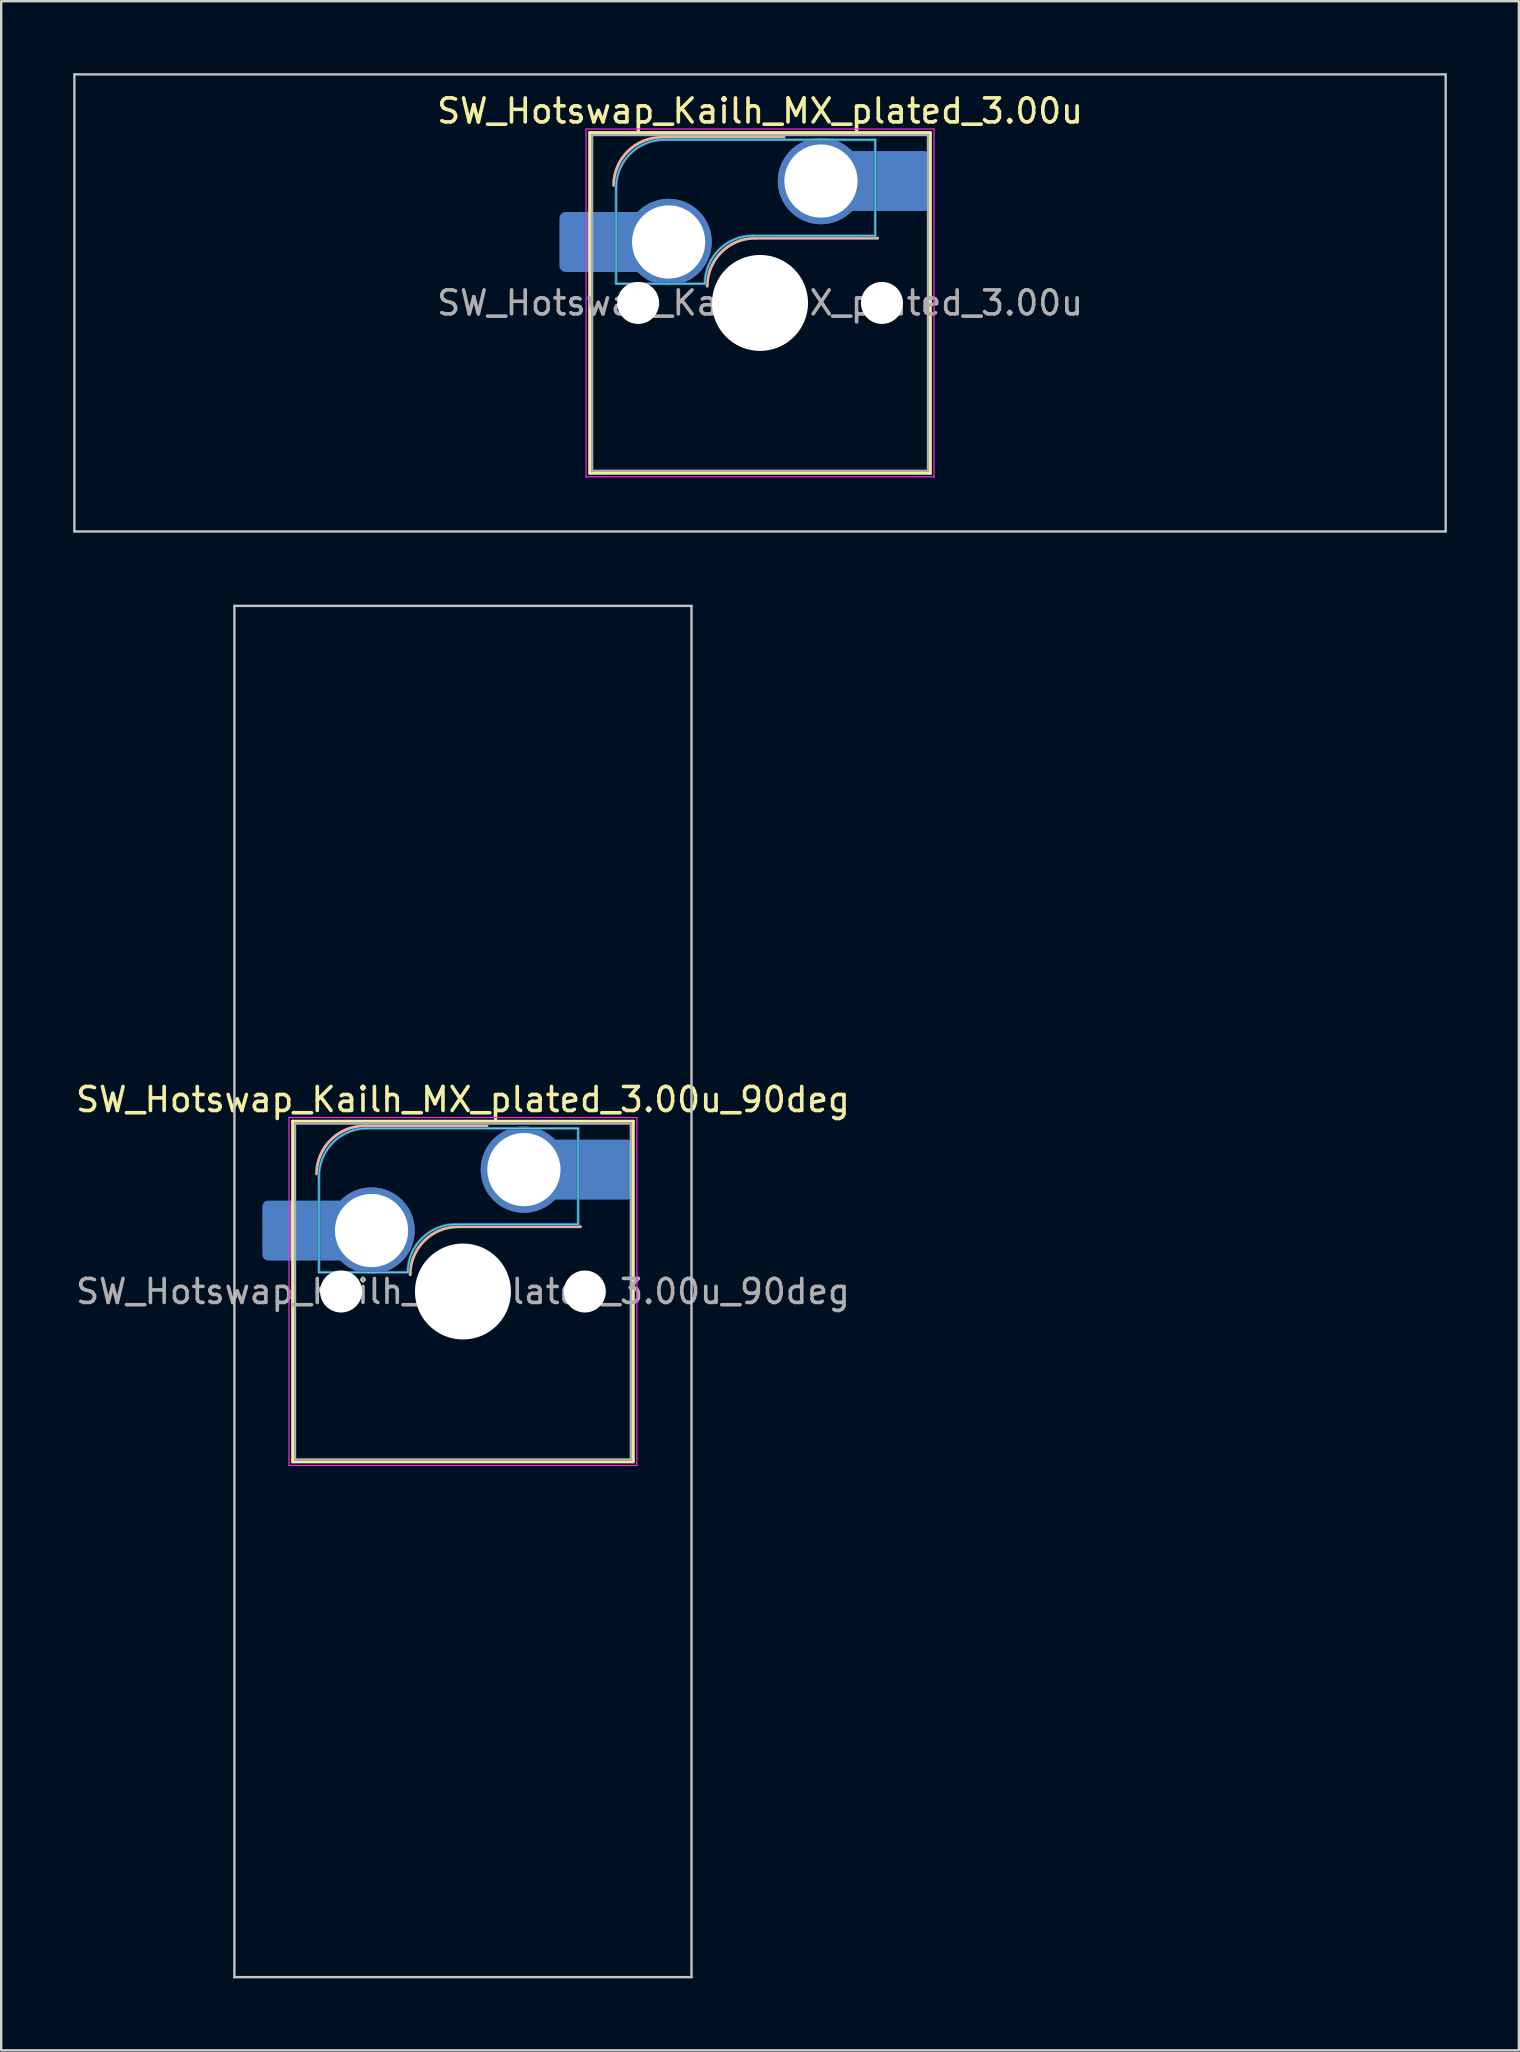
<source format=kicad_pcb>
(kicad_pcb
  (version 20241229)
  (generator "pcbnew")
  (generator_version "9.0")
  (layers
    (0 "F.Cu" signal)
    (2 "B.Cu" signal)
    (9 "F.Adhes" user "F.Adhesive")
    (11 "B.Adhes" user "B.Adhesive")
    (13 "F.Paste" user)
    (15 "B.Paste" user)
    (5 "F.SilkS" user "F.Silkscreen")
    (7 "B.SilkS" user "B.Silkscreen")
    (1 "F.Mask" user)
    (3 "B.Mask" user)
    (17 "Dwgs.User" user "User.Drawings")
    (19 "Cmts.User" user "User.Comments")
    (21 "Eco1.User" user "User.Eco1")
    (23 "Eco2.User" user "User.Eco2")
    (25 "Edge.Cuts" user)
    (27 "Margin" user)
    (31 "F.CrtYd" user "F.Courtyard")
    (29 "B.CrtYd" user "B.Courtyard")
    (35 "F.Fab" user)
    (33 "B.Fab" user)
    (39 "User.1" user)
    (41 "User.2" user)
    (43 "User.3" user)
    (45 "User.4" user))
  (footprint "SW_Hotswap_Kailh_MX_plated_3.00u"
    (layer "F.Cu")
    (at 28.625 9.575)
    (property "Reference" "SW_Hotswap_Kailh_MX_plated_3.00u" (at 0 -8 0) (layer "F.SilkS") (effects (font (size 1 1) (thickness 0.15))))
    (attr smd)
    (fp_line (start -7.1 -7.1) (end -7.1 7.1) (stroke (width 0.12) (type solid)) (layer "F.SilkS"))
    (fp_line (start -7.1 7.1) (end 7.1 7.1) (stroke (width 0.12) (type solid)) (layer "F.SilkS"))
    (fp_line (start 7.1 -7.1) (end -7.1 -7.1) (stroke (width 0.12) (type solid)) (layer "F.SilkS"))
    (fp_line (start 7.1 7.1) (end 7.1 -7.1) (stroke (width 0.12) (type solid)) (layer "F.SilkS"))
    (fp_line (start -4.1 -6.9) (end 1 -6.9) (stroke (width 0.12) (type solid)) (layer "B.SilkS"))
    (fp_line (start -0.2 -2.7) (end 4.9 -2.7) (stroke (width 0.12) (type solid)) (layer "B.SilkS"))
    (fp_arc (start -6.1 -4.9) (mid -5.514214 -6.314214) (end -4.1 -6.9) (stroke (width 0.12) (type solid)) (layer "B.SilkS"))
    (fp_arc (start -2.2 -0.7) (mid -1.614214 -2.114214) (end -0.2 -2.7) (stroke (width 0.12) (type solid)) (layer "B.SilkS"))
    (fp_line (start -28.575 -9.525) (end -28.575 9.525) (stroke (width 0.1) (type solid)) (layer "Dwgs.User"))
    (fp_line (start -28.575 9.525) (end 28.575 9.525) (stroke (width 0.1) (type solid)) (layer "Dwgs.User"))
    (fp_line (start 28.575 -9.525) (end -28.575 -9.525) (stroke (width 0.1) (type solid)) (layer "Dwgs.User"))
    (fp_line (start 28.575 9.525) (end 28.575 -9.525) (stroke (width 0.1) (type solid)) (layer "Dwgs.User"))
    (fp_line (start -7.8 -6) (end -7 -6) (stroke (width 0.1) (type solid)) (layer "Eco1.User"))
    (fp_line (start -7.8 -2.9) (end -7.8 -6) (stroke (width 0.1) (type solid)) (layer "Eco1.User"))
    (fp_line (start -7.8 2.9) (end -7 2.9) (stroke (width 0.1) (type solid)) (layer "Eco1.User"))
    (fp_line (start -7.8 6) (end -7.8 2.9) (stroke (width 0.1) (type solid)) (layer "Eco1.User"))
    (fp_line (start -7 -7) (end 7 -7) (stroke (width 0.1) (type solid)) (layer "Eco1.User"))
    (fp_line (start -7 -6) (end -7 -7) (stroke (width 0.1) (type solid)) (layer "Eco1.User"))
    (fp_line (start -7 -2.9) (end -7.8 -2.9) (stroke (width 0.1) (type solid)) (layer "Eco1.User"))
    (fp_line (start -7 2.9) (end -7 -2.9) (stroke (width 0.1) (type solid)) (layer "Eco1.User"))
    (fp_line (start -7 6) (end -7.8 6) (stroke (width 0.1) (type solid)) (layer "Eco1.User"))
    (fp_line (start -7 7) (end -7 6) (stroke (width 0.1) (type solid)) (layer "Eco1.User"))
    (fp_line (start 7 -7) (end 7 -6) (stroke (width 0.1) (type solid)) (layer "Eco1.User"))
    (fp_line (start 7 -6) (end 7.8 -6) (stroke (width 0.1) (type solid)) (layer "Eco1.User"))
    (fp_line (start 7 -2.9) (end 7 2.9) (stroke (width 0.1) (type solid)) (layer "Eco1.User"))
    (fp_line (start 7 2.9) (end 7.8 2.9) (stroke (width 0.1) (type solid)) (layer "Eco1.User"))
    (fp_line (start 7 6) (end 7 7) (stroke (width 0.1) (type solid)) (layer "Eco1.User"))
    (fp_line (start 7 7) (end -7 7) (stroke (width 0.1) (type solid)) (layer "Eco1.User"))
    (fp_line (start 7.8 -6) (end 7.8 -2.9) (stroke (width 0.1) (type solid)) (layer "Eco1.User"))
    (fp_line (start 7.8 -2.9) (end 7 -2.9) (stroke (width 0.1) (type solid)) (layer "Eco1.User"))
    (fp_line (start 7.8 2.9) (end 7.8 6) (stroke (width 0.1) (type solid)) (layer "Eco1.User"))
    (fp_line (start 7.8 6) (end 7 6) (stroke (width 0.1) (type solid)) (layer "Eco1.User"))
    (fp_line (start -6 -0.8) (end -6 -4.8) (stroke (width 0.05) (type solid)) (layer "B.CrtYd"))
    (fp_line (start -6 -0.8) (end -2.3 -0.8) (stroke (width 0.05) (type solid)) (layer "B.CrtYd"))
    (fp_line (start -4 -6.8) (end 4.8 -6.8) (stroke (width 0.05) (type solid)) (layer "B.CrtYd"))
    (fp_line (start -0.3 -2.8) (end 4.8 -2.8) (stroke (width 0.05) (type solid)) (layer "B.CrtYd"))
    (fp_line (start 4.8 -6.8) (end 4.8 -2.8) (stroke (width 0.05) (type solid)) (layer "B.CrtYd"))
    (fp_arc (start -6 -4.8) (mid -5.414214 -6.214214) (end -4 -6.8) (stroke (width 0.05) (type solid)) (layer "B.CrtYd"))
    (fp_arc (start -2.3 -0.8) (mid -1.714214 -2.214214) (end -0.3 -2.8) (stroke (width 0.05) (type solid)) (layer "B.CrtYd"))
    (fp_line (start -7.25 -7.25) (end -7.25 7.25) (stroke (width 0.05) (type solid)) (layer "F.CrtYd"))
    (fp_line (start -7.25 7.25) (end 7.25 7.25) (stroke (width 0.05) (type solid)) (layer "F.CrtYd"))
    (fp_line (start 7.25 -7.25) (end -7.25 -7.25) (stroke (width 0.05) (type solid)) (layer "F.CrtYd"))
    (fp_line (start 7.25 7.25) (end 7.25 -7.25) (stroke (width 0.05) (type solid)) (layer "F.CrtYd"))
    (fp_line (start -6 -0.8) (end -6 -4.8) (stroke (width 0.12) (type solid)) (layer "B.Fab"))
    (fp_line (start -6 -0.8) (end -2.3 -0.8) (stroke (width 0.12) (type solid)) (layer "B.Fab"))
    (fp_line (start -4 -6.8) (end 4.8 -6.8) (stroke (width 0.12) (type solid)) (layer "B.Fab"))
    (fp_line (start -0.3 -2.8) (end 4.8 -2.8) (stroke (width 0.12) (type solid)) (layer "B.Fab"))
    (fp_line (start 4.8 -6.8) (end 4.8 -2.8) (stroke (width 0.12) (type solid)) (layer "B.Fab"))
    (fp_arc (start -6 -4.8) (mid -5.414214 -6.214214) (end -4 -6.8) (stroke (width 0.12) (type solid)) (layer "B.Fab"))
    (fp_arc (start -2.3 -0.8) (mid -1.714214 -2.214214) (end -0.3 -2.8) (stroke (width 0.12) (type solid)) (layer "B.Fab"))
    (fp_line (start -7 -7) (end -7 7) (stroke (width 0.1) (type solid)) (layer "F.Fab"))
    (fp_line (start -7 7) (end 7 7) (stroke (width 0.1) (type solid)) (layer "F.Fab"))
    (fp_line (start 7 -7) (end -7 -7) (stroke (width 0.1) (type solid)) (layer "F.Fab"))
    (fp_line (start 7 7) (end 7 -7) (stroke (width 0.1) (type solid)) (layer "F.Fab"))
    (fp_text user "${REFERENCE}" (at 0 0 0) (layer "F.Fab") (effects (font (size 1 1) (thickness 0.15))))
    (pad "" smd roundrect (at -7.085 -2.54) (size 2.55 2.5) (layers "B.Mask" "B.Paste") (roundrect_rratio 0.1))
    (pad "" np_thru_hole circle (at -5.08 0) (size 1.75 1.75) (drill 1.75) (layers "*.Cu" "*.Mask"))
    (pad "" np_thru_hole circle (at 0 0) (size 4 4) (drill 4) (layers "*.Cu" "*.Mask"))
    (pad "" np_thru_hole circle (at 5.08 0) (size 1.75 1.75) (drill 1.75) (layers "*.Cu" "*.Mask"))
    (pad "" smd roundrect (at 5.842 -5.08) (size 2.55 2.5) (layers "B.Mask" "B.Paste") (roundrect_rratio 0.1))
    (pad "1" smd roundrect (at -6.585 -2.54) (size 3.55 2.5) (layers "B.Cu") (roundrect_rratio 0.1))
    (pad "1" thru_hole circle (at -3.81 -2.54) (size 3.6 3.6) (drill 3.05) (layers "*.Cu" "B.Mask"))
    (pad "2" thru_hole circle (at 2.54 -5.08) (size 3.6 3.6) (drill 3.05) (layers "*.Cu" "B.Mask"))
    (pad "2" smd roundrect (at 5.32 -5.08) (size 3.55 2.5) (layers "B.Cu") (roundrect_rratio 0.1)))
  (footprint "SW_Hotswap_Kailh_MX_plated_3.00u_90deg"
    (layer "F.Cu")
    (at 16.244 50.775)
    (property "Reference" "SW_Hotswap_Kailh_MX_plated_3.00u_90deg" (at 0 -8 0) (layer "F.SilkS") (effects (font (size 1 1) (thickness 0.15))))
    (attr smd)
    (fp_line (start -7.1 -7.1) (end -7.1 7.1) (stroke (width 0.12) (type solid)) (layer "F.SilkS"))
    (fp_line (start -7.1 7.1) (end 7.1 7.1) (stroke (width 0.12) (type solid)) (layer "F.SilkS"))
    (fp_line (start 7.1 -7.1) (end -7.1 -7.1) (stroke (width 0.12) (type solid)) (layer "F.SilkS"))
    (fp_line (start 7.1 7.1) (end 7.1 -7.1) (stroke (width 0.12) (type solid)) (layer "F.SilkS"))
    (fp_line (start -4.1 -6.9) (end 1 -6.9) (stroke (width 0.12) (type solid)) (layer "B.SilkS"))
    (fp_line (start -0.2 -2.7) (end 4.9 -2.7) (stroke (width 0.12) (type solid)) (layer "B.SilkS"))
    (fp_arc (start -6.1 -4.9) (mid -5.514214 -6.314214) (end -4.1 -6.9) (stroke (width 0.12) (type solid)) (layer "B.SilkS"))
    (fp_arc (start -2.2 -0.7) (mid -1.614214 -2.114214) (end -0.2 -2.7) (stroke (width 0.12) (type solid)) (layer "B.SilkS"))
    (fp_line (start -9.525 -28.575) (end 9.525 -28.575) (stroke (width 0.1) (type solid)) (layer "Dwgs.User"))
    (fp_line (start -9.525 28.575) (end -9.525 -28.575) (stroke (width 0.1) (type solid)) (layer "Dwgs.User"))
    (fp_line (start 9.525 -28.575) (end 9.525 28.575) (stroke (width 0.1) (type solid)) (layer "Dwgs.User"))
    (fp_line (start 9.525 28.575) (end -9.525 28.575) (stroke (width 0.1) (type solid)) (layer "Dwgs.User"))
    (fp_line (start -7.8 -6) (end -7 -6) (stroke (width 0.1) (type solid)) (layer "Eco1.User"))
    (fp_line (start -7.8 -2.9) (end -7.8 -6) (stroke (width 0.1) (type solid)) (layer "Eco1.User"))
    (fp_line (start -7.8 2.9) (end -7 2.9) (stroke (width 0.1) (type solid)) (layer "Eco1.User"))
    (fp_line (start -7.8 6) (end -7.8 2.9) (stroke (width 0.1) (type solid)) (layer "Eco1.User"))
    (fp_line (start -7 -7) (end 7 -7) (stroke (width 0.1) (type solid)) (layer "Eco1.User"))
    (fp_line (start -7 -6) (end -7 -7) (stroke (width 0.1) (type solid)) (layer "Eco1.User"))
    (fp_line (start -7 -2.9) (end -7.8 -2.9) (stroke (width 0.1) (type solid)) (layer "Eco1.User"))
    (fp_line (start -7 2.9) (end -7 -2.9) (stroke (width 0.1) (type solid)) (layer "Eco1.User"))
    (fp_line (start -7 6) (end -7.8 6) (stroke (width 0.1) (type solid)) (layer "Eco1.User"))
    (fp_line (start -7 7) (end -7 6) (stroke (width 0.1) (type solid)) (layer "Eco1.User"))
    (fp_line (start 7 -7) (end 7 -6) (stroke (width 0.1) (type solid)) (layer "Eco1.User"))
    (fp_line (start 7 -6) (end 7.8 -6) (stroke (width 0.1) (type solid)) (layer "Eco1.User"))
    (fp_line (start 7 -2.9) (end 7 2.9) (stroke (width 0.1) (type solid)) (layer "Eco1.User"))
    (fp_line (start 7 2.9) (end 7.8 2.9) (stroke (width 0.1) (type solid)) (layer "Eco1.User"))
    (fp_line (start 7 6) (end 7 7) (stroke (width 0.1) (type solid)) (layer "Eco1.User"))
    (fp_line (start 7 7) (end -7 7) (stroke (width 0.1) (type solid)) (layer "Eco1.User"))
    (fp_line (start 7.8 -6) (end 7.8 -2.9) (stroke (width 0.1) (type solid)) (layer "Eco1.User"))
    (fp_line (start 7.8 -2.9) (end 7 -2.9) (stroke (width 0.1) (type solid)) (layer "Eco1.User"))
    (fp_line (start 7.8 2.9) (end 7.8 6) (stroke (width 0.1) (type solid)) (layer "Eco1.User"))
    (fp_line (start 7.8 6) (end 7 6) (stroke (width 0.1) (type solid)) (layer "Eco1.User"))
    (fp_line (start -6 -0.8) (end -6 -4.8) (stroke (width 0.05) (type solid)) (layer "B.CrtYd"))
    (fp_line (start -6 -0.8) (end -2.3 -0.8) (stroke (width 0.05) (type solid)) (layer "B.CrtYd"))
    (fp_line (start -4 -6.8) (end 4.8 -6.8) (stroke (width 0.05) (type solid)) (layer "B.CrtYd"))
    (fp_line (start -0.3 -2.8) (end 4.8 -2.8) (stroke (width 0.05) (type solid)) (layer "B.CrtYd"))
    (fp_line (start 4.8 -6.8) (end 4.8 -2.8) (stroke (width 0.05) (type solid)) (layer "B.CrtYd"))
    (fp_arc (start -6 -4.8) (mid -5.414214 -6.214214) (end -4 -6.8) (stroke (width 0.05) (type solid)) (layer "B.CrtYd"))
    (fp_arc (start -2.3 -0.8) (mid -1.714214 -2.214214) (end -0.3 -2.8) (stroke (width 0.05) (type solid)) (layer "B.CrtYd"))
    (fp_line (start -7.25 -7.25) (end -7.25 7.25) (stroke (width 0.05) (type solid)) (layer "F.CrtYd"))
    (fp_line (start -7.25 7.25) (end 7.25 7.25) (stroke (width 0.05) (type solid)) (layer "F.CrtYd"))
    (fp_line (start 7.25 -7.25) (end -7.25 -7.25) (stroke (width 0.05) (type solid)) (layer "F.CrtYd"))
    (fp_line (start 7.25 7.25) (end 7.25 -7.25) (stroke (width 0.05) (type solid)) (layer "F.CrtYd"))
    (fp_line (start -6 -0.8) (end -6 -4.8) (stroke (width 0.12) (type solid)) (layer "B.Fab"))
    (fp_line (start -6 -0.8) (end -2.3 -0.8) (stroke (width 0.12) (type solid)) (layer "B.Fab"))
    (fp_line (start -4 -6.8) (end 4.8 -6.8) (stroke (width 0.12) (type solid)) (layer "B.Fab"))
    (fp_line (start -0.3 -2.8) (end 4.8 -2.8) (stroke (width 0.12) (type solid)) (layer "B.Fab"))
    (fp_line (start 4.8 -6.8) (end 4.8 -2.8) (stroke (width 0.12) (type solid)) (layer "B.Fab"))
    (fp_arc (start -6 -4.8) (mid -5.414214 -6.214214) (end -4 -6.8) (stroke (width 0.12) (type solid)) (layer "B.Fab"))
    (fp_arc (start -2.3 -0.8) (mid -1.714214 -2.214214) (end -0.3 -2.8) (stroke (width 0.12) (type solid)) (layer "B.Fab"))
    (fp_line (start -7 -7) (end -7 7) (stroke (width 0.1) (type solid)) (layer "F.Fab"))
    (fp_line (start -7 7) (end 7 7) (stroke (width 0.1) (type solid)) (layer "F.Fab"))
    (fp_line (start 7 -7) (end -7 -7) (stroke (width 0.1) (type solid)) (layer "F.Fab"))
    (fp_line (start 7 7) (end 7 -7) (stroke (width 0.1) (type solid)) (layer "F.Fab"))
    (fp_text user "${REFERENCE}" (at 0 0 0) (layer "F.Fab") (effects (font (size 1 1) (thickness 0.15))))
    (pad "" smd roundrect (at -7.085 -2.54) (size 2.55 2.5) (layers "B.Mask" "B.Paste") (roundrect_rratio 0.1))
    (pad "" np_thru_hole circle (at -5.08 0) (size 1.75 1.75) (drill 1.75) (layers "*.Cu" "*.Mask"))
    (pad "" np_thru_hole circle (at 0 0) (size 4 4) (drill 4) (layers "*.Cu" "*.Mask"))
    (pad "" np_thru_hole circle (at 5.08 0) (size 1.75 1.75) (drill 1.75) (layers "*.Cu" "*.Mask"))
    (pad "" smd roundrect (at 5.842 -5.08) (size 2.55 2.5) (layers "B.Mask" "B.Paste") (roundrect_rratio 0.1))
    (pad "1" smd roundrect (at -6.585 -2.54) (size 3.55 2.5) (layers "B.Cu") (roundrect_rratio 0.1))
    (pad "1" thru_hole circle (at -3.81 -2.54) (size 3.6 3.6) (drill 3.05) (layers "*.Cu" "B.Mask"))
    (pad "2" thru_hole circle (at 2.54 -5.08) (size 3.6 3.6) (drill 3.05) (layers "*.Cu" "B.Mask"))
    (pad "2" smd roundrect (at 5.32 -5.08) (size 3.55 2.5) (layers "B.Cu") (roundrect_rratio 0.1)))
  (gr_rect
    (start -3 -3)
    (end 60.25 82.4)
    (stroke (width 0.1) (type default))
    (fill no)
    (layer "Edge.Cuts")))
</source>
